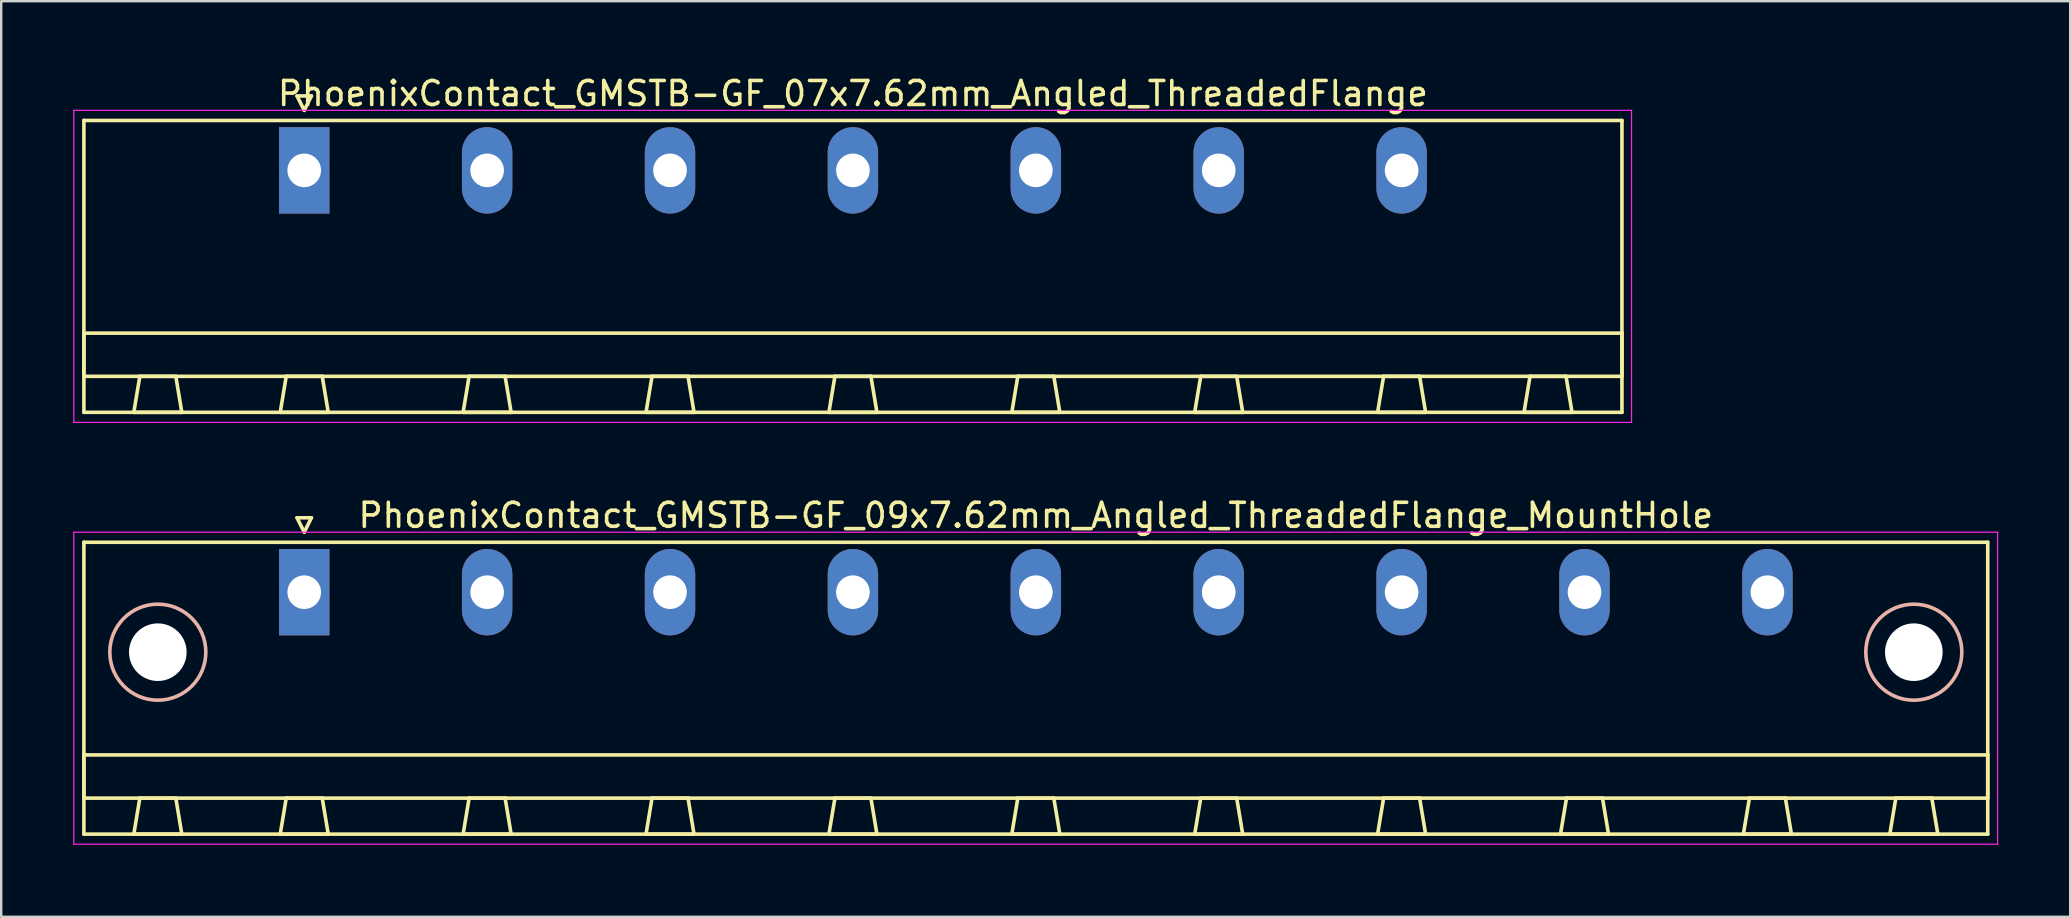
<source format=kicad_pcb>
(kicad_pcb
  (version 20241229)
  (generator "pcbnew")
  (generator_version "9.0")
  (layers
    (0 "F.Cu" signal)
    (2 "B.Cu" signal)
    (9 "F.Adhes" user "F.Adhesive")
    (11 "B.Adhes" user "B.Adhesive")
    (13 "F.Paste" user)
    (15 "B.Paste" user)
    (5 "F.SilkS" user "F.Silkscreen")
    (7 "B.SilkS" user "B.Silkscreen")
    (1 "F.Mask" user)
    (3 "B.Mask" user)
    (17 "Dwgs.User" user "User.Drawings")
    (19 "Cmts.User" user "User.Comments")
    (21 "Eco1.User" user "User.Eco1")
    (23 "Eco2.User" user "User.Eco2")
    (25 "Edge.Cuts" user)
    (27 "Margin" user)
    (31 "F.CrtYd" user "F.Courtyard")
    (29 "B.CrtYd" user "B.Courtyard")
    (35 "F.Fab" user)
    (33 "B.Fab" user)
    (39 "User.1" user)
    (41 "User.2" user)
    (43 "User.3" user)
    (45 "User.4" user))
  (footprint "PhoenixContact_GMSTB-GF_09x7.62mm_Angled_ThreadedFlange_MountHole"
    (layer "F.Cu")
    (at 9.625 21.622)
    (property "Reference" "PhoenixContact_GMSTB-GF_09x7.62mm_Angled_ThreadedFlange_MountHole" (at 30.48 -3.2 0) (layer "F.SilkS") (effects (font (size 1 1) (thickness 0.15))))
    (attr through_hole)
    (fp_line (start -9.18 -2.08) (end -9.18 10.08) (stroke (width 0.15) (type solid)) (layer "F.SilkS"))
    (fp_line (start -9.18 6.78) (end 70.14 6.78) (stroke (width 0.15) (type solid)) (layer "F.SilkS"))
    (fp_line (start -9.18 8.58) (end -9.18 6.78) (stroke (width 0.15) (type solid)) (layer "F.SilkS"))
    (fp_line (start -9.18 10.08) (end 70.14 10.08) (stroke (width 0.15) (type solid)) (layer "F.SilkS"))
    (fp_line (start -7.1 10.08) (end -5.1 10.08) (stroke (width 0.15) (type solid)) (layer "F.SilkS"))
    (fp_line (start -6.85 8.58) (end -7.1 10.08) (stroke (width 0.15) (type solid)) (layer "F.SilkS"))
    (fp_line (start -5.35 8.58) (end -6.85 8.58) (stroke (width 0.15) (type solid)) (layer "F.SilkS"))
    (fp_line (start -5.1 10.08) (end -5.35 8.58) (stroke (width 0.15) (type solid)) (layer "F.SilkS"))
    (fp_line (start -1 10.08) (end 1 10.08) (stroke (width 0.15) (type solid)) (layer "F.SilkS"))
    (fp_line (start -0.75 8.58) (end -1 10.08) (stroke (width 0.15) (type solid)) (layer "F.SilkS"))
    (fp_line (start -0.3 -3.1) (end 0 -2.5) (stroke (width 0.15) (type solid)) (layer "F.SilkS"))
    (fp_line (start 0 -2.5) (end 0.3 -3.1) (stroke (width 0.15) (type solid)) (layer "F.SilkS"))
    (fp_line (start 0.3 -3.1) (end -0.3 -3.1) (stroke (width 0.15) (type solid)) (layer "F.SilkS"))
    (fp_line (start 0.75 8.58) (end -0.75 8.58) (stroke (width 0.15) (type solid)) (layer "F.SilkS"))
    (fp_line (start 1 10.08) (end 0.75 8.58) (stroke (width 0.15) (type solid)) (layer "F.SilkS"))
    (fp_line (start 6.62 10.08) (end 8.62 10.08) (stroke (width 0.15) (type solid)) (layer "F.SilkS"))
    (fp_line (start 6.87 8.58) (end 6.62 10.08) (stroke (width 0.15) (type solid)) (layer "F.SilkS"))
    (fp_line (start 8.37 8.58) (end 6.87 8.58) (stroke (width 0.15) (type solid)) (layer "F.SilkS"))
    (fp_line (start 8.62 10.08) (end 8.37 8.58) (stroke (width 0.15) (type solid)) (layer "F.SilkS"))
    (fp_line (start 14.24 10.08) (end 16.24 10.08) (stroke (width 0.15) (type solid)) (layer "F.SilkS"))
    (fp_line (start 14.49 8.58) (end 14.24 10.08) (stroke (width 0.15) (type solid)) (layer "F.SilkS"))
    (fp_line (start 15.99 8.58) (end 14.49 8.58) (stroke (width 0.15) (type solid)) (layer "F.SilkS"))
    (fp_line (start 16.24 10.08) (end 15.99 8.58) (stroke (width 0.15) (type solid)) (layer "F.SilkS"))
    (fp_line (start 21.86 10.08) (end 23.86 10.08) (stroke (width 0.15) (type solid)) (layer "F.SilkS"))
    (fp_line (start 22.11 8.58) (end 21.86 10.08) (stroke (width 0.15) (type solid)) (layer "F.SilkS"))
    (fp_line (start 23.61 8.58) (end 22.11 8.58) (stroke (width 0.15) (type solid)) (layer "F.SilkS"))
    (fp_line (start 23.86 10.08) (end 23.61 8.58) (stroke (width 0.15) (type solid)) (layer "F.SilkS"))
    (fp_line (start 29.48 10.08) (end 31.48 10.08) (stroke (width 0.15) (type solid)) (layer "F.SilkS"))
    (fp_line (start 29.73 8.58) (end 29.48 10.08) (stroke (width 0.15) (type solid)) (layer "F.SilkS"))
    (fp_line (start 31.23 8.58) (end 29.73 8.58) (stroke (width 0.15) (type solid)) (layer "F.SilkS"))
    (fp_line (start 31.48 10.08) (end 31.23 8.58) (stroke (width 0.15) (type solid)) (layer "F.SilkS"))
    (fp_line (start 37.1 10.08) (end 39.1 10.08) (stroke (width 0.15) (type solid)) (layer "F.SilkS"))
    (fp_line (start 37.35 8.58) (end 37.1 10.08) (stroke (width 0.15) (type solid)) (layer "F.SilkS"))
    (fp_line (start 38.85 8.58) (end 37.35 8.58) (stroke (width 0.15) (type solid)) (layer "F.SilkS"))
    (fp_line (start 39.1 10.08) (end 38.85 8.58) (stroke (width 0.15) (type solid)) (layer "F.SilkS"))
    (fp_line (start 44.72 10.08) (end 46.72 10.08) (stroke (width 0.15) (type solid)) (layer "F.SilkS"))
    (fp_line (start 44.97 8.58) (end 44.72 10.08) (stroke (width 0.15) (type solid)) (layer "F.SilkS"))
    (fp_line (start 46.47 8.58) (end 44.97 8.58) (stroke (width 0.15) (type solid)) (layer "F.SilkS"))
    (fp_line (start 46.72 10.08) (end 46.47 8.58) (stroke (width 0.15) (type solid)) (layer "F.SilkS"))
    (fp_line (start 52.34 10.08) (end 54.34 10.08) (stroke (width 0.15) (type solid)) (layer "F.SilkS"))
    (fp_line (start 52.59 8.58) (end 52.34 10.08) (stroke (width 0.15) (type solid)) (layer "F.SilkS"))
    (fp_line (start 54.09 8.58) (end 52.59 8.58) (stroke (width 0.15) (type solid)) (layer "F.SilkS"))
    (fp_line (start 54.34 10.08) (end 54.09 8.58) (stroke (width 0.15) (type solid)) (layer "F.SilkS"))
    (fp_line (start 59.96 10.08) (end 61.96 10.08) (stroke (width 0.15) (type solid)) (layer "F.SilkS"))
    (fp_line (start 60.21 8.58) (end 59.96 10.08) (stroke (width 0.15) (type solid)) (layer "F.SilkS"))
    (fp_line (start 61.71 8.58) (end 60.21 8.58) (stroke (width 0.15) (type solid)) (layer "F.SilkS"))
    (fp_line (start 61.96 10.08) (end 61.71 8.58) (stroke (width 0.15) (type solid)) (layer "F.SilkS"))
    (fp_line (start 66.06 10.08) (end 68.06 10.08) (stroke (width 0.15) (type solid)) (layer "F.SilkS"))
    (fp_line (start 66.31 8.58) (end 66.06 10.08) (stroke (width 0.15) (type solid)) (layer "F.SilkS"))
    (fp_line (start 67.81 8.58) (end 66.31 8.58) (stroke (width 0.15) (type solid)) (layer "F.SilkS"))
    (fp_line (start 68.06 10.08) (end 67.81 8.58) (stroke (width 0.15) (type solid)) (layer "F.SilkS"))
    (fp_line (start 70.14 -2.08) (end -9.18 -2.08) (stroke (width 0.15) (type solid)) (layer "F.SilkS"))
    (fp_line (start 70.14 6.78) (end 70.14 8.58) (stroke (width 0.15) (type solid)) (layer "F.SilkS"))
    (fp_line (start 70.14 8.58) (end -9.18 8.58) (stroke (width 0.15) (type solid)) (layer "F.SilkS"))
    (fp_line (start 70.14 10.08) (end 70.14 -2.08) (stroke (width 0.15) (type solid)) (layer "F.SilkS"))
    (fp_circle (center -6.1 2.5) (end -4.1 2.5) (stroke (width 0.15) (type solid)) (fill no) (layer "B.SilkS"))
    (fp_circle (center 67.06 2.5) (end 69.06 2.5) (stroke (width 0.15) (type solid)) (fill no) (layer "B.SilkS"))
    (fp_line (start -9.6 -2.5) (end -9.6 10.5) (stroke (width 0.05) (type solid)) (layer "F.CrtYd"))
    (fp_line (start -9.6 10.5) (end 70.55 10.5) (stroke (width 0.05) (type solid)) (layer "F.CrtYd"))
    (fp_line (start 70.55 -2.5) (end -9.6 -2.5) (stroke (width 0.05) (type solid)) (layer "F.CrtYd"))
    (fp_line (start 70.55 10.5) (end 70.55 -2.5) (stroke (width 0.05) (type solid)) (layer "F.CrtYd"))
    (pad "" np_thru_hole circle (at -6.1 2.5) (size 2.4 2.4) (drill 2.4) (layers "*.Cu" "*.Mask"))
    (pad "" np_thru_hole circle (at 67.06 2.5) (size 2.4 2.4) (drill 2.4) (layers "*.Cu" "*.Mask"))
    (pad "1" thru_hole rect (at 0 0) (size 2.1 3.6) (drill 1.4) (layers "*.Cu" "*.Mask"))
    (pad "2" thru_hole oval (at 7.62 0) (size 2.1 3.6) (drill 1.4) (layers "*.Cu" "*.Mask"))
    (pad "3" thru_hole oval (at 15.24 0) (size 2.1 3.6) (drill 1.4) (layers "*.Cu" "*.Mask"))
    (pad "4" thru_hole oval (at 22.86 0) (size 2.1 3.6) (drill 1.4) (layers "*.Cu" "*.Mask"))
    (pad "5" thru_hole oval (at 30.48 0) (size 2.1 3.6) (drill 1.4) (layers "*.Cu" "*.Mask"))
    (pad "6" thru_hole oval (at 38.1 0) (size 2.1 3.6) (drill 1.4) (layers "*.Cu" "*.Mask"))
    (pad "7" thru_hole oval (at 45.72 0) (size 2.1 3.6) (drill 1.4) (layers "*.Cu" "*.Mask"))
    (pad "8" thru_hole oval (at 53.34 0) (size 2.1 3.6) (drill 1.4) (layers "*.Cu" "*.Mask"))
    (pad "9" thru_hole oval (at 60.96 0) (size 2.1 3.6) (drill 1.4) (layers "*.Cu" "*.Mask")))
  (footprint "PhoenixContact_GMSTB-GF_07x7.62mm_Angled_ThreadedFlange"
    (layer "F.Cu")
    (at 9.625 4.048)
    (property "Reference" "PhoenixContact_GMSTB-GF_07x7.62mm_Angled_ThreadedFlange" (at 22.86 -3.2 0) (layer "F.SilkS") (effects (font (size 1 1) (thickness 0.15))))
    (attr through_hole)
    (fp_line (start -9.18 -2.08) (end -9.18 10.08) (stroke (width 0.15) (type solid)) (layer "F.SilkS"))
    (fp_line (start -9.18 6.78) (end 54.9 6.78) (stroke (width 0.15) (type solid)) (layer "F.SilkS"))
    (fp_line (start -9.18 8.58) (end -9.18 6.78) (stroke (width 0.15) (type solid)) (layer "F.SilkS"))
    (fp_line (start -9.18 10.08) (end 54.9 10.08) (stroke (width 0.15) (type solid)) (layer "F.SilkS"))
    (fp_line (start -7.1 10.08) (end -5.1 10.08) (stroke (width 0.15) (type solid)) (layer "F.SilkS"))
    (fp_line (start -6.85 8.58) (end -7.1 10.08) (stroke (width 0.15) (type solid)) (layer "F.SilkS"))
    (fp_line (start -5.35 8.58) (end -6.85 8.58) (stroke (width 0.15) (type solid)) (layer "F.SilkS"))
    (fp_line (start -5.1 10.08) (end -5.35 8.58) (stroke (width 0.15) (type solid)) (layer "F.SilkS"))
    (fp_line (start -1 10.08) (end 1 10.08) (stroke (width 0.15) (type solid)) (layer "F.SilkS"))
    (fp_line (start -0.75 8.58) (end -1 10.08) (stroke (width 0.15) (type solid)) (layer "F.SilkS"))
    (fp_line (start -0.3 -3.1) (end 0 -2.5) (stroke (width 0.15) (type solid)) (layer "F.SilkS"))
    (fp_line (start 0 -2.5) (end 0.3 -3.1) (stroke (width 0.15) (type solid)) (layer "F.SilkS"))
    (fp_line (start 0.3 -3.1) (end -0.3 -3.1) (stroke (width 0.15) (type solid)) (layer "F.SilkS"))
    (fp_line (start 0.75 8.58) (end -0.75 8.58) (stroke (width 0.15) (type solid)) (layer "F.SilkS"))
    (fp_line (start 1 10.08) (end 0.75 8.58) (stroke (width 0.15) (type solid)) (layer "F.SilkS"))
    (fp_line (start 6.62 10.08) (end 8.62 10.08) (stroke (width 0.15) (type solid)) (layer "F.SilkS"))
    (fp_line (start 6.87 8.58) (end 6.62 10.08) (stroke (width 0.15) (type solid)) (layer "F.SilkS"))
    (fp_line (start 8.37 8.58) (end 6.87 8.58) (stroke (width 0.15) (type solid)) (layer "F.SilkS"))
    (fp_line (start 8.62 10.08) (end 8.37 8.58) (stroke (width 0.15) (type solid)) (layer "F.SilkS"))
    (fp_line (start 14.24 10.08) (end 16.24 10.08) (stroke (width 0.15) (type solid)) (layer "F.SilkS"))
    (fp_line (start 14.49 8.58) (end 14.24 10.08) (stroke (width 0.15) (type solid)) (layer "F.SilkS"))
    (fp_line (start 15.99 8.58) (end 14.49 8.58) (stroke (width 0.15) (type solid)) (layer "F.SilkS"))
    (fp_line (start 16.24 10.08) (end 15.99 8.58) (stroke (width 0.15) (type solid)) (layer "F.SilkS"))
    (fp_line (start 21.86 10.08) (end 23.86 10.08) (stroke (width 0.15) (type solid)) (layer "F.SilkS"))
    (fp_line (start 22.11 8.58) (end 21.86 10.08) (stroke (width 0.15) (type solid)) (layer "F.SilkS"))
    (fp_line (start 23.61 8.58) (end 22.11 8.58) (stroke (width 0.15) (type solid)) (layer "F.SilkS"))
    (fp_line (start 23.86 10.08) (end 23.61 8.58) (stroke (width 0.15) (type solid)) (layer "F.SilkS"))
    (fp_line (start 29.48 10.08) (end 31.48 10.08) (stroke (width 0.15) (type solid)) (layer "F.SilkS"))
    (fp_line (start 29.73 8.58) (end 29.48 10.08) (stroke (width 0.15) (type solid)) (layer "F.SilkS"))
    (fp_line (start 31.23 8.58) (end 29.73 8.58) (stroke (width 0.15) (type solid)) (layer "F.SilkS"))
    (fp_line (start 31.48 10.08) (end 31.23 8.58) (stroke (width 0.15) (type solid)) (layer "F.SilkS"))
    (fp_line (start 37.1 10.08) (end 39.1 10.08) (stroke (width 0.15) (type solid)) (layer "F.SilkS"))
    (fp_line (start 37.35 8.58) (end 37.1 10.08) (stroke (width 0.15) (type solid)) (layer "F.SilkS"))
    (fp_line (start 38.85 8.58) (end 37.35 8.58) (stroke (width 0.15) (type solid)) (layer "F.SilkS"))
    (fp_line (start 39.1 10.08) (end 38.85 8.58) (stroke (width 0.15) (type solid)) (layer "F.SilkS"))
    (fp_line (start 44.72 10.08) (end 46.72 10.08) (stroke (width 0.15) (type solid)) (layer "F.SilkS"))
    (fp_line (start 44.97 8.58) (end 44.72 10.08) (stroke (width 0.15) (type solid)) (layer "F.SilkS"))
    (fp_line (start 46.47 8.58) (end 44.97 8.58) (stroke (width 0.15) (type solid)) (layer "F.SilkS"))
    (fp_line (start 46.72 10.08) (end 46.47 8.58) (stroke (width 0.15) (type solid)) (layer "F.SilkS"))
    (fp_line (start 50.82 10.08) (end 52.82 10.08) (stroke (width 0.15) (type solid)) (layer "F.SilkS"))
    (fp_line (start 51.07 8.58) (end 50.82 10.08) (stroke (width 0.15) (type solid)) (layer "F.SilkS"))
    (fp_line (start 52.57 8.58) (end 51.07 8.58) (stroke (width 0.15) (type solid)) (layer "F.SilkS"))
    (fp_line (start 52.82 10.08) (end 52.57 8.58) (stroke (width 0.15) (type solid)) (layer "F.SilkS"))
    (fp_line (start 54.9 -2.08) (end -9.18 -2.08) (stroke (width 0.15) (type solid)) (layer "F.SilkS"))
    (fp_line (start 54.9 6.78) (end 54.9 8.58) (stroke (width 0.15) (type solid)) (layer "F.SilkS"))
    (fp_line (start 54.9 8.58) (end -9.18 8.58) (stroke (width 0.15) (type solid)) (layer "F.SilkS"))
    (fp_line (start 54.9 10.08) (end 54.9 -2.08) (stroke (width 0.15) (type solid)) (layer "F.SilkS"))
    (fp_line (start -9.6 -2.5) (end -9.6 10.5) (stroke (width 0.05) (type solid)) (layer "F.CrtYd"))
    (fp_line (start -9.6 10.5) (end 55.3 10.5) (stroke (width 0.05) (type solid)) (layer "F.CrtYd"))
    (fp_line (start 55.3 -2.5) (end -9.6 -2.5) (stroke (width 0.05) (type solid)) (layer "F.CrtYd"))
    (fp_line (start 55.3 10.5) (end 55.3 -2.5) (stroke (width 0.05) (type solid)) (layer "F.CrtYd"))
    (pad "1" thru_hole rect (at 0 0) (size 2.1 3.6) (drill 1.4) (layers "*.Cu" "*.Mask"))
    (pad "2" thru_hole oval (at 7.62 0) (size 2.1 3.6) (drill 1.4) (layers "*.Cu" "*.Mask"))
    (pad "3" thru_hole oval (at 15.24 0) (size 2.1 3.6) (drill 1.4) (layers "*.Cu" "*.Mask"))
    (pad "4" thru_hole oval (at 22.86 0) (size 2.1 3.6) (drill 1.4) (layers "*.Cu" "*.Mask"))
    (pad "5" thru_hole oval (at 30.48 0) (size 2.1 3.6) (drill 1.4) (layers "*.Cu" "*.Mask"))
    (pad "6" thru_hole oval (at 38.1 0) (size 2.1 3.6) (drill 1.4) (layers "*.Cu" "*.Mask"))
    (pad "7" thru_hole oval (at 45.72 0) (size 2.1 3.6) (drill 1.4) (layers "*.Cu" "*.Mask")))
  (gr_rect
    (start -3 -3)
    (end 83.2 35.147)
    (stroke (width 0.1) (type default))
    (fill no)
    (layer "Edge.Cuts")))
</source>
